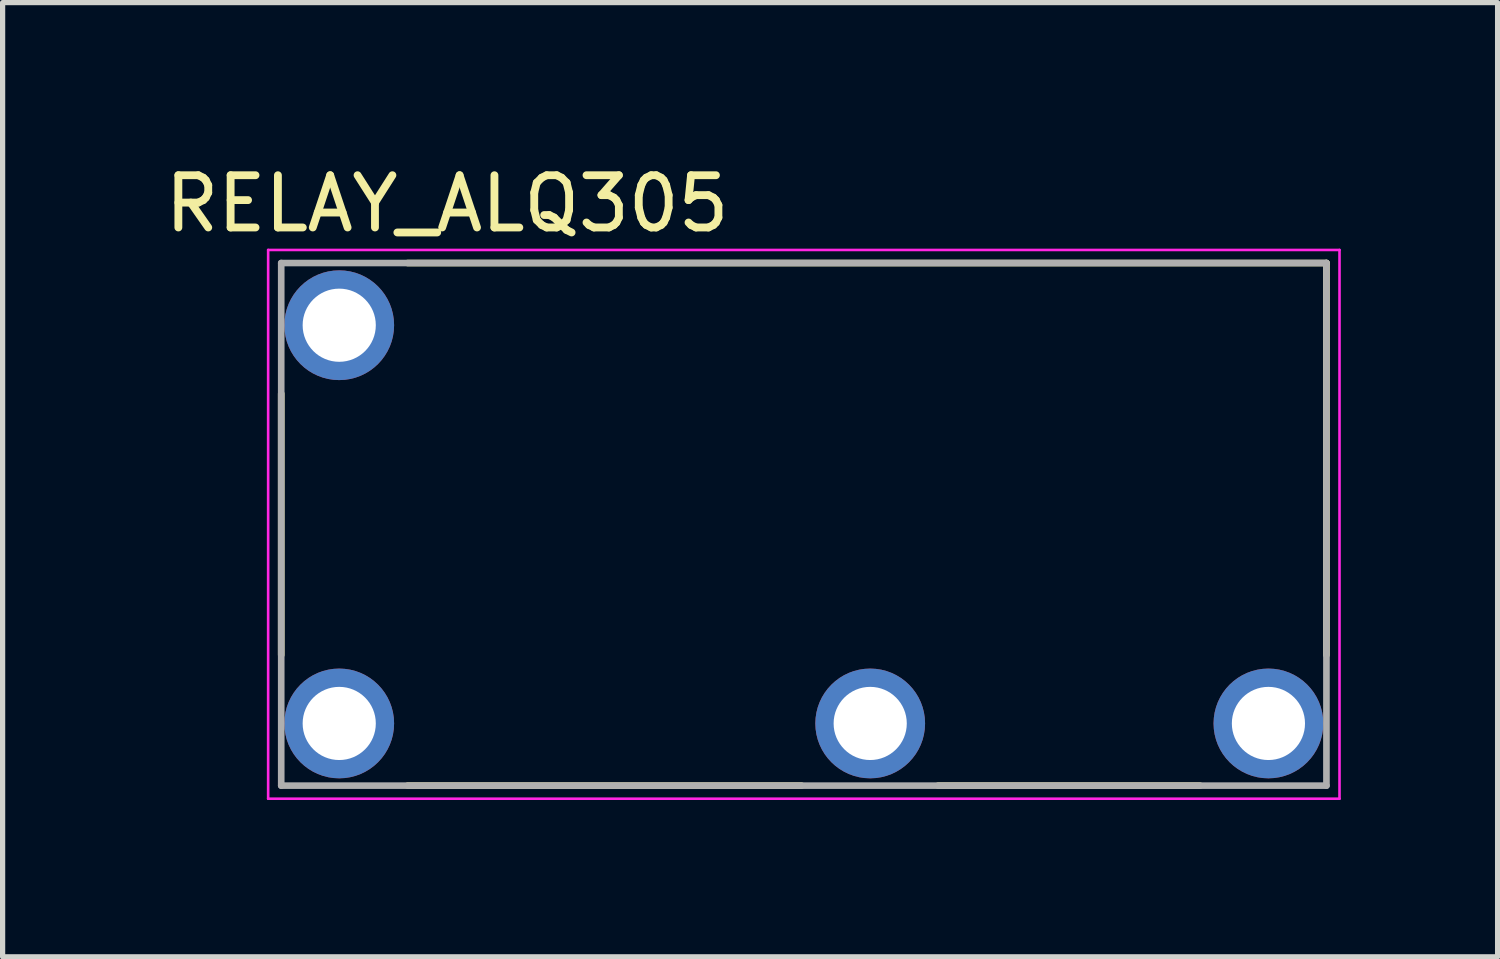
<source format=kicad_pcb>
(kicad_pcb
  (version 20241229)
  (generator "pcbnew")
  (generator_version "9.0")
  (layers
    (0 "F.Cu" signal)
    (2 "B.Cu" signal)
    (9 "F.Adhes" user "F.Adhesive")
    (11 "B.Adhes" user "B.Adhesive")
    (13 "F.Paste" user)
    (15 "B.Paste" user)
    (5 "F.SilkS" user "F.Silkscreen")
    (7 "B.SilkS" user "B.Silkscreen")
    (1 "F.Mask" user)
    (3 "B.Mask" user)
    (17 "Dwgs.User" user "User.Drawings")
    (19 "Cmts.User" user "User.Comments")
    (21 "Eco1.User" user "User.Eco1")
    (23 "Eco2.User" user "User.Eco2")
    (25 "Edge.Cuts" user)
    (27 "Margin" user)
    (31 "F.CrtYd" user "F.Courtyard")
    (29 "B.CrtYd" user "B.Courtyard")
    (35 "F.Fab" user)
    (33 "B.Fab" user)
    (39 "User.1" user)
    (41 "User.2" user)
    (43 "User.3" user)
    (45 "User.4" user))
  (footprint "RELAY_ALQ305"
    (layer "F.Cu")
    (at 12.331 6.983)
    (property "Reference" "RELAY_ALQ305" (at -6.825 -6.135 0) (layer "F.SilkS") (effects (font (size 1 1) (thickness 0.15))))
    (attr through_hole)
    (fp_line (start -10 2.5) (end -10 -2.5) (stroke (width 0.127) (type solid)) (layer "F.SilkS"))
    (fp_line (start -7.58 -5) (end 10 -5) (stroke (width 0.127) (type solid)) (layer "F.SilkS"))
    (fp_line (start -0.045 5) (end -7.58 5) (stroke (width 0.127) (type solid)) (layer "F.SilkS"))
    (fp_line (start 7.58 5) (end 2.57 5) (stroke (width 0.127) (type solid)) (layer "F.SilkS"))
    (fp_line (start 10 -5) (end 10 2.5) (stroke (width 0.127) (type solid)) (layer "F.SilkS"))
    (fp_line (start -10.25 -5.25) (end 10.25 -5.25) (stroke (width 0.05) (type solid)) (layer "F.CrtYd"))
    (fp_line (start -10.25 5.25) (end -10.25 -5.25) (stroke (width 0.05) (type solid)) (layer "F.CrtYd"))
    (fp_line (start 10.25 -5.25) (end 10.25 5.25) (stroke (width 0.05) (type solid)) (layer "F.CrtYd"))
    (fp_line (start 10.25 5.25) (end -10.25 5.25) (stroke (width 0.05) (type solid)) (layer "F.CrtYd"))
    (fp_line (start -10 -5) (end 10 -5) (stroke (width 0.127) (type solid)) (layer "F.Fab"))
    (fp_line (start -10 5) (end -10 -5) (stroke (width 0.127) (type solid)) (layer "F.Fab"))
    (fp_line (start 10 -5) (end 10 5) (stroke (width 0.127) (type solid)) (layer "F.Fab"))
    (fp_line (start 10 5) (end -10 5) (stroke (width 0.127) (type solid)) (layer "F.Fab"))
    (pad "C1" thru_hole circle (at -8.89 3.81) (size 2.1 2.1) (drill 1.4) (layers "*.Cu" "*.Mask"))
    (pad "C2" thru_hole circle (at -8.89 -3.81) (size 2.1 2.1) (drill 1.4) (layers "*.Cu" "*.Mask"))
    (pad "COM" thru_hole circle (at 1.27 3.81) (size 2.1 2.1) (drill 1.4) (layers "*.Cu" "*.Mask"))
    (pad "NO" thru_hole circle (at 8.89 3.81) (size 2.1 2.1) (drill 1.4) (layers "*.Cu" "*.Mask")))
  (gr_rect
    (start -3 -3)
    (end 25.606 15.258)
    (stroke (width 0.1) (type default))
    (fill no)
    (layer "Edge.Cuts")))
</source>
